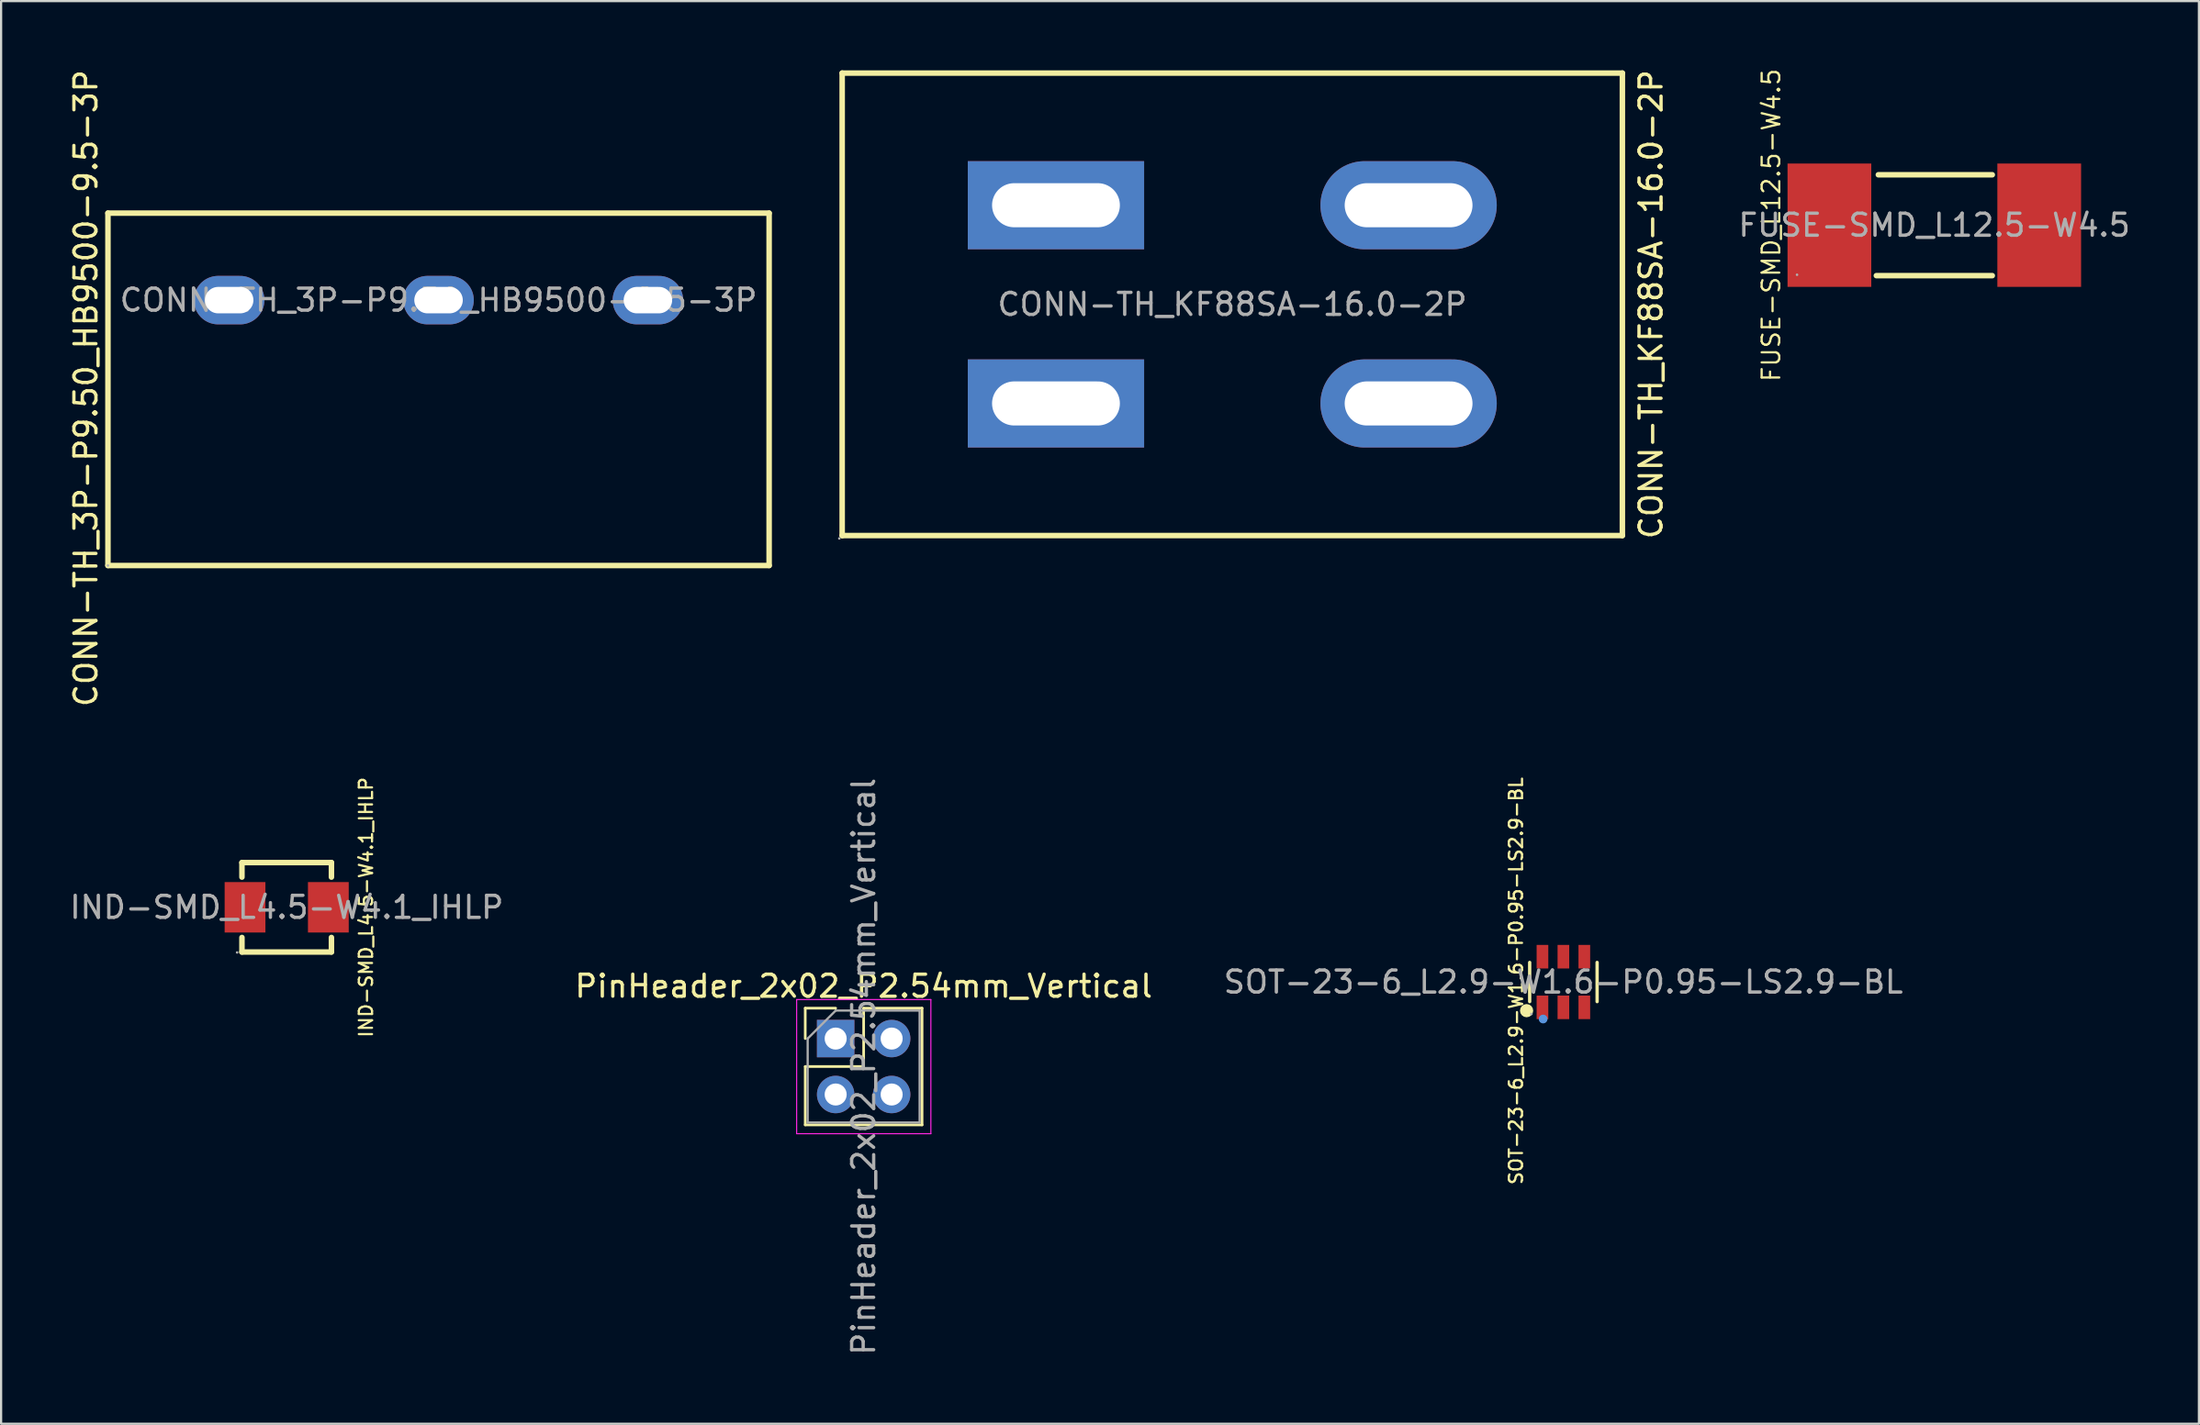
<source format=kicad_pcb>
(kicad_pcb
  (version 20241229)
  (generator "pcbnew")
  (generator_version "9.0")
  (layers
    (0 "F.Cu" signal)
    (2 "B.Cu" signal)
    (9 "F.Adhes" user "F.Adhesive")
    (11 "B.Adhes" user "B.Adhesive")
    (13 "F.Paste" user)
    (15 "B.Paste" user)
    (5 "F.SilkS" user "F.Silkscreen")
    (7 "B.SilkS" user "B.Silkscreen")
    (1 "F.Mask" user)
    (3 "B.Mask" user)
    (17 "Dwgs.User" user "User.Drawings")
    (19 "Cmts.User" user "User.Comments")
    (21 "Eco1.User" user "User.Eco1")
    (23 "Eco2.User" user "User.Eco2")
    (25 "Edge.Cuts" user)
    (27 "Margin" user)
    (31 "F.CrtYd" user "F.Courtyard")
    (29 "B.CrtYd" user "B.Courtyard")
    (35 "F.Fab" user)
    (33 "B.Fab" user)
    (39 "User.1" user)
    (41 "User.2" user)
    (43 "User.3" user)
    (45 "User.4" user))
  (footprint "IND-SMD_L4.5-W4.1_IHLP"
    (layer "F.Cu")
    (at 9.958 38.145)
    (property "Reference" "IND-SMD_L4.5-W4.1_IHLP" (at 3.6 0 270) (layer "F.SilkS") (effects (font (size 0.6 0.6) (thickness 0.1))))
    (attr through_hole)
    (fp_line (start -2.03 -2.03) (end -2.03 -1.37) (stroke (width 0.25) (type solid)) (layer "F.SilkS"))
    (fp_line (start -2.03 -2.03) (end 2.03 -2.03) (stroke (width 0.25) (type solid)) (layer "F.SilkS"))
    (fp_line (start -2.03 1.37) (end -2.03 2.03) (stroke (width 0.25) (type solid)) (layer "F.SilkS"))
    (fp_line (start -2.03 2.03) (end 2.03 2.03) (stroke (width 0.25) (type solid)) (layer "F.SilkS"))
    (fp_line (start 2.03 -2.03) (end 2.03 -1.37) (stroke (width 0.25) (type solid)) (layer "F.SilkS"))
    (fp_line (start 2.03 1.37) (end 2.03 2.03) (stroke (width 0.25) (type solid)) (layer "F.SilkS"))
    (fp_circle (center -2.25 2.05) (end -2.22 2.05) (stroke (width 0.06) (type solid)) (fill no) (layer "F.Fab"))
    (fp_text user "${REFERENCE}" (at 0 0 0) (layer "F.Fab") (effects (font (size 1 1) (thickness 0.15))))
    (pad "1" smd rect (at -1.89 0 90) (size 2.29 1.85) (layers "F.Cu" "F.Mask" "F.Paste"))
    (pad "2" smd rect (at 1.89 0 90) (size 2.29 1.85) (layers "F.Cu" "F.Mask" "F.Paste")))
  (footprint "CONN-TH_KF88SA-16.0-2P"
    (layer "F.Cu")
    (at 52.863 10.768)
    (property "Reference" "CONN-TH_KF88SA-16.0-2P" (at 19 0 90) (layer "F.SilkS") (effects (font (size 1 1) (thickness 0.15))))
    (attr through_hole)
    (fp_line (start -17.7 -10.5) (end -17.7 10.5) (stroke (width 0.25) (type solid)) (layer "F.SilkS"))
    (fp_line (start 17.7 -10.5) (end -17.7 -10.5) (stroke (width 0.25) (type solid)) (layer "F.SilkS"))
    (fp_line (start 17.7 -10.5) (end 17.7 10.5) (stroke (width 0.25) (type solid)) (layer "F.SilkS"))
    (fp_line (start 17.7 10.5) (end -17.7 10.5) (stroke (width 0.25) (type solid)) (layer "F.SilkS"))
    (fp_circle (center -17.83 10.63) (end -17.8 10.63) (stroke (width 0.06) (type solid)) (fill no) (layer "F.Fab"))
    (fp_text user "${REFERENCE}" (at 0 0 0) (layer "F.Fab") (effects (font (size 1 1) (thickness 0.15))))
    (pad "1" thru_hole rect (at -8 -4.5) (size 8 4) (drill oval 5.8 2) (layers "*.Cu" "*.Mask"))
    (pad "1" thru_hole rect (at -8 4.5) (size 8 4) (drill oval 5.8 2) (layers "*.Cu" "*.Mask"))
    (pad "2" thru_hole oval (at 8 -4.5) (size 8 4) (drill oval 5.8 2) (layers "*.Cu" "*.Mask"))
    (pad "2" thru_hole oval (at 8 4.5) (size 8 4) (drill oval 5.8 2) (layers "*.Cu" "*.Mask")))
  (footprint "PinHeader_2x02_P2.54mm_Vertical"
    (layer "F.Cu")
    (at 34.867 44.105)
    (property "Reference" "PinHeader_2x02_P2.54mm_Vertical" (at 1.27 -2.38 180) (layer "F.SilkS") (effects (font (size 1 1) (thickness 0.15))))
    (attr through_hole)
    (fp_line (start -1.38 -1.38) (end 0 -1.38) (stroke (width 0.12) (type solid)) (layer "F.SilkS"))
    (fp_line (start -1.38 0) (end -1.38 -1.38) (stroke (width 0.12) (type solid)) (layer "F.SilkS"))
    (fp_line (start -1.38 1.27) (end -1.38 3.92) (stroke (width 0.12) (type solid)) (layer "F.SilkS"))
    (fp_line (start -1.38 1.27) (end 1.27 1.27) (stroke (width 0.12) (type solid)) (layer "F.SilkS"))
    (fp_line (start -1.38 3.92) (end 3.92 3.92) (stroke (width 0.12) (type solid)) (layer "F.SilkS"))
    (fp_line (start 1.27 -1.38) (end 3.92 -1.38) (stroke (width 0.12) (type solid)) (layer "F.SilkS"))
    (fp_line (start 1.27 1.27) (end 1.27 -1.38) (stroke (width 0.12) (type solid)) (layer "F.SilkS"))
    (fp_line (start 3.92 -1.38) (end 3.92 3.92) (stroke (width 0.12) (type solid)) (layer "F.SilkS"))
    (fp_line (start -1.77 -1.77) (end -1.77 4.32) (stroke (width 0.05) (type solid)) (layer "F.CrtYd"))
    (fp_line (start -1.77 4.32) (end 4.32 4.32) (stroke (width 0.05) (type solid)) (layer "F.CrtYd"))
    (fp_line (start 4.32 -1.77) (end -1.77 -1.77) (stroke (width 0.05) (type solid)) (layer "F.CrtYd"))
    (fp_line (start 4.32 4.32) (end 4.32 -1.77) (stroke (width 0.05) (type solid)) (layer "F.CrtYd"))
    (fp_line (start -1.27 0) (end 0 -1.27) (stroke (width 0.1) (type solid)) (layer "F.Fab"))
    (fp_line (start -1.27 3.81) (end -1.27 0) (stroke (width 0.1) (type solid)) (layer "F.Fab"))
    (fp_line (start 0 -1.27) (end 3.81 -1.27) (stroke (width 0.1) (type solid)) (layer "F.Fab"))
    (fp_line (start 3.81 -1.27) (end 3.81 3.81) (stroke (width 0.1) (type solid)) (layer "F.Fab"))
    (fp_line (start 3.81 3.81) (end -1.27 3.81) (stroke (width 0.1) (type solid)) (layer "F.Fab"))
    (fp_text user "${REFERENCE}" (at 1.27 1.27 270) (layer "F.Fab") (effects (font (size 1 1) (thickness 0.15))))
    (pad "1" thru_hole rect (at 0 0) (size 1.7 1.7) (drill 1) (layers "*.Cu" "*.Mask"))
    (pad "2" thru_hole circle (at 2.54 0) (size 1.7 1.7) (drill 1) (layers "*.Cu" "*.Mask"))
    (pad "3" thru_hole circle (at 0 2.54) (size 1.7 1.7) (drill 1) (layers "*.Cu" "*.Mask"))
    (pad "4" thru_hole circle (at 2.54 2.54) (size 1.7 1.7) (drill 1) (layers "*.Cu" "*.Mask")))
  (footprint "FUSE-SMD_L12.5-W4.5"
    (layer "F.Cu")
    (at 84.717 7.175)
    (property "Reference" "FUSE-SMD_L12.5-W4.5" (at -7.4 0 90) (layer "F.SilkS") (effects (font (size 0.8 0.8) (thickness 0.1))))
    (attr smd)
    (fp_line (start -2.63 2.29) (end 2.63 2.29) (stroke (width 0.25) (type solid)) (layer "F.SilkS"))
    (fp_line (start -2.54 -2.29) (end 2.63 -2.29) (stroke (width 0.25) (type solid)) (layer "F.SilkS"))
    (fp_circle (center -6.23 2.25) (end -6.2 2.25) (stroke (width 0.06) (type solid)) (fill no) (layer "F.Fab"))
    (fp_text user "${REFERENCE}" (at 0 0 0) (layer "F.Fab") (effects (font (size 1 1) (thickness 0.15))))
    (pad "1" smd rect (at -4.76 0) (size 3.8 5.6) (layers "F.Cu" "F.Mask" "F.Paste"))
    (pad "2" smd rect (at 4.76 0) (size 3.8 5.6) (layers "F.Cu" "F.Mask" "F.Paste")))
  (footprint "CONN-TH_3P-P9.50_HB9500-9.5-3P"
    (layer "F.Cu")
    (at 16.848 10.577)
    (property "Reference" "CONN-TH_3P-P9.50_HB9500-9.5-3P" (at -16 4 90) (layer "F.SilkS") (effects (font (size 1 1) (thickness 0.15))))
    (attr through_hole)
    (fp_line (start -15 -3.95) (end -15 12.05) (stroke (width 0.25) (type solid)) (layer "F.SilkS"))
    (fp_line (start -15 -3.95) (end 15 -3.95) (stroke (width 0.25) (type solid)) (layer "F.SilkS"))
    (fp_line (start -15 12.05) (end 15 12.05) (stroke (width 0.25) (type solid)) (layer "F.SilkS"))
    (fp_line (start 15 -3.95) (end 15 12.05) (stroke (width 0.25) (type solid)) (layer "F.SilkS"))
    (fp_circle (center -15 12.05) (end -14.97 12.05) (stroke (width 0.06) (type solid)) (fill no) (layer "F.Fab"))
    (fp_text user "${REFERENCE}" (at 0 0 0) (layer "F.Fab") (effects (font (size 1 1) (thickness 0.15))))
    (pad "1" thru_hole oval (at -9.5 0) (size 3.2 2.2) (drill oval 2.2 1.2) (layers "*.Cu" "*.Mask"))
    (pad "2" thru_hole oval (at 0 0) (size 3.2 2.2) (drill oval 2.2 1.2) (layers "*.Cu" "*.Mask"))
    (pad "3" thru_hole oval (at 9.5 0) (size 3.2 2.2) (drill oval 2.2 1.2) (layers "*.Cu" "*.Mask")))
  (footprint "SOT-23-6_L2.9-W1.6-P0.95-LS2.9-BL"
    (layer "F.Cu")
    (at 67.887 41.538)
    (property "Reference" "SOT-23-6_L2.9-W1.6-P0.95-LS2.9-BL" (at -2.15 -0.05 90) (layer "F.SilkS") (effects (font (size 0.6 0.6) (thickness 0.1))))
    (attr smd)
    (fp_line (start -1.53 0.89) (end -1.53 -0.89) (stroke (width 0.15) (type solid)) (layer "F.SilkS"))
    (fp_line (start 1.53 0.89) (end 1.53 -0.89) (stroke (width 0.15) (type solid)) (layer "F.SilkS"))
    (fp_circle (center -1.67 1.3) (end -1.52 1.3) (stroke (width 0.3) (type solid)) (fill no) (layer "F.SilkS"))
    (fp_circle (center -0.92 1.68) (end -0.82 1.68) (stroke (width 0.2) (type solid)) (fill no) (layer "Cmts.User"))
    (fp_circle (center -1.45 1.45) (end -1.42 1.45) (stroke (width 0.06) (type solid)) (fill no) (layer "F.Fab"))
    (fp_text user "${REFERENCE}" (at 0 0 0) (layer "F.Fab") (effects (font (size 1 1) (thickness 0.15))))
    (pad "1" smd rect (at -0.95 1.15) (size 0.53 1.07) (layers "F.Cu" "F.Mask" "F.Paste"))
    (pad "2" smd rect (at 0 1.15) (size 0.53 1.07) (layers "F.Cu" "F.Mask" "F.Paste"))
    (pad "3" smd rect (at 0.95 1.15) (size 0.53 1.07) (layers "F.Cu" "F.Mask" "F.Paste"))
    (pad "4" smd rect (at 0.95 -1.15) (size 0.53 1.07) (layers "F.Cu" "F.Mask" "F.Paste"))
    (pad "5" smd rect (at 0 -1.15) (size 0.53 1.07) (layers "F.Cu" "F.Mask" "F.Paste"))
    (pad "6" smd rect (at -0.95 -1.15) (size 0.53 1.07) (layers "F.Cu" "F.Mask" "F.Paste")))
  (gr_rect
    (start -3 -3)
    (end 96.723 61.595)
    (stroke (width 0.1) (type default))
    (fill no)
    (layer "Edge.Cuts")))
</source>
